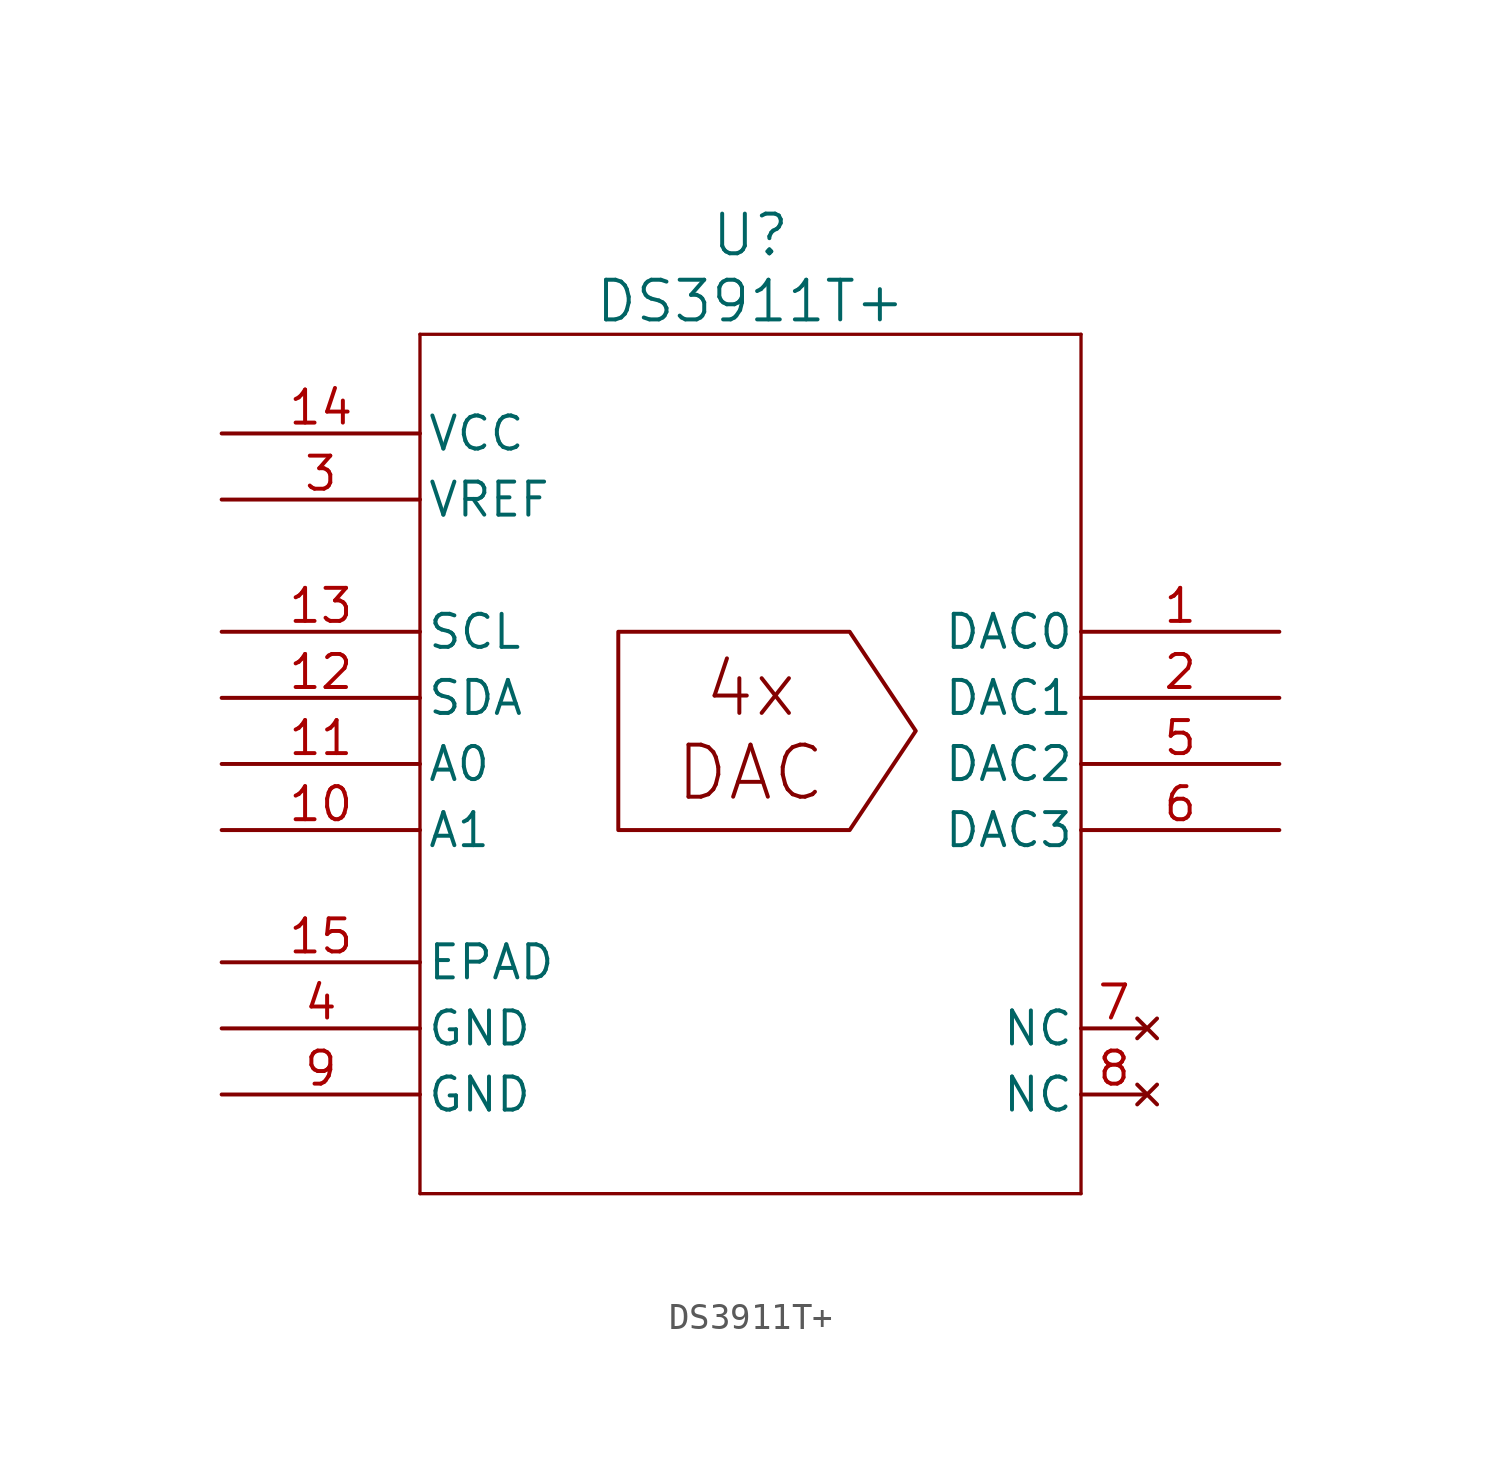
<source format=kicad_sym>
(kicad_symbol_lib
  (version 20220914)
  (generator kicad_symbol_editor)
  (symbol "DS3911T+"
    (pin_names
      (offset 0.254))
    (property "Reference" "U"
      (at 0 19.05 0)
      (effects (font (size 1.524 1.524))))
    (property "Value" "DS3911T+"
      (at 0 16.51 0)
      (effects (font (size 1.524 1.524))))
    (symbol "DS3911T+_0_1"
      (polyline (pts (xy -12.7 -17.78) (xy 12.7 -17.78)) (stroke (width 0.127) (type default)) (fill (type none)))
      (polyline (pts (xy -12.7 15.24) (xy -12.7 -17.78)) (stroke (width 0.127) (type default)) (fill (type none)))
      (polyline (pts (xy 12.7 -17.78) (xy 12.7 15.24)) (stroke (width 0.127) (type default)) (fill (type none)))
      (polyline (pts (xy 12.7 15.24) (xy -12.7 15.24)) (stroke (width 0.127) (type default)) (fill (type none)))
      (pin bidirectional line (at -20.32 1.27 0) (length 7.62) (name "SDA" (effects (font (size 1.27 1.27)))) (number "12" (effects (font (size 1.27 1.27)))))
      (pin power_in line (at -20.32 11.43 0) (length 7.62) (name "VCC" (effects (font (size 1.27 1.27)))) (number "14" (effects (font (size 1.27 1.27)))))
      (pin power_in line (at -20.32 8.89 0) (length 7.62) (name "VREF" (effects (font (size 1.27 1.27)))) (number "3" (effects (font (size 1.27 1.27)))))
      (pin power_in line (at -20.32 -11.43 0) (length 7.62) (name "GND" (effects (font (size 1.27 1.27)))) (number "4" (effects (font (size 1.27 1.27)))))
      (pin power_in line (at -20.32 -13.97 0) (length 7.62) (name "GND" (effects (font (size 1.27 1.27)))) (number "9" (effects (font (size 1.27 1.27))))))
    (symbol "DS3911T+_1_1"
      (polyline (pts (xy -5.08 3.81) (xy -5.08 -3.81) (xy 3.81 -3.81) (xy 6.35 0) (xy 3.81 3.81) (xy -5.08 3.81)) (stroke (width 0) (type default)) (fill (type none)))
      (text "4x\nDAC" (at 0 0 0) (effects (font (size 2 2))))
      (pin output line (at 20.32 3.81 180) (length 7.62) (name "DAC0" (effects (font (size 1.27 1.27)))) (number "1" (effects (font (size 1.27 1.27)))))
      (pin input line (at -20.32 -3.81 0) (length 7.62) (name "A1" (effects (font (size 1.27 1.27)))) (number "10" (effects (font (size 1.27 1.27)))))
      (pin input line (at -20.32 -1.27 0) (length 7.62) (name "A0" (effects (font (size 1.27 1.27)))) (number "11" (effects (font (size 1.27 1.27)))))
      (pin input line (at -20.32 3.81 0) (length 7.62) (name "SCL" (effects (font (size 1.27 1.27)))) (number "13" (effects (font (size 1.27 1.27)))))
      (pin power_in line (at -20.32 -8.89 0) (length 7.62) (name "EPAD" (effects (font (size 1.27 1.27)))) (number "15" (effects (font (size 1.27 1.27)))))
      (pin output line (at 20.32 1.27 180) (length 7.62) (name "DAC1" (effects (font (size 1.27 1.27)))) (number "2" (effects (font (size 1.27 1.27)))))
      (pin output line (at 20.32 -1.27 180) (length 7.62) (name "DAC2" (effects (font (size 1.27 1.27)))) (number "5" (effects (font (size 1.27 1.27)))))
      (pin output line (at 20.32 -3.81 180) (length 7.62) (name "DAC3" (effects (font (size 1.27 1.27)))) (number "6" (effects (font (size 1.27 1.27)))))
      (pin no_connect line (at 15.24 -11.43 180) (length 2.54) (name "NC" (effects (font (size 1.27 1.27)))) (number "7" (effects (font (size 1.27 1.27)))))
      (pin no_connect line (at 15.24 -13.97 180) (length 2.54) (name "NC" (effects (font (size 1.27 1.27)))) (number "8" (effects (font (size 1.27 1.27))))))))
</source>
